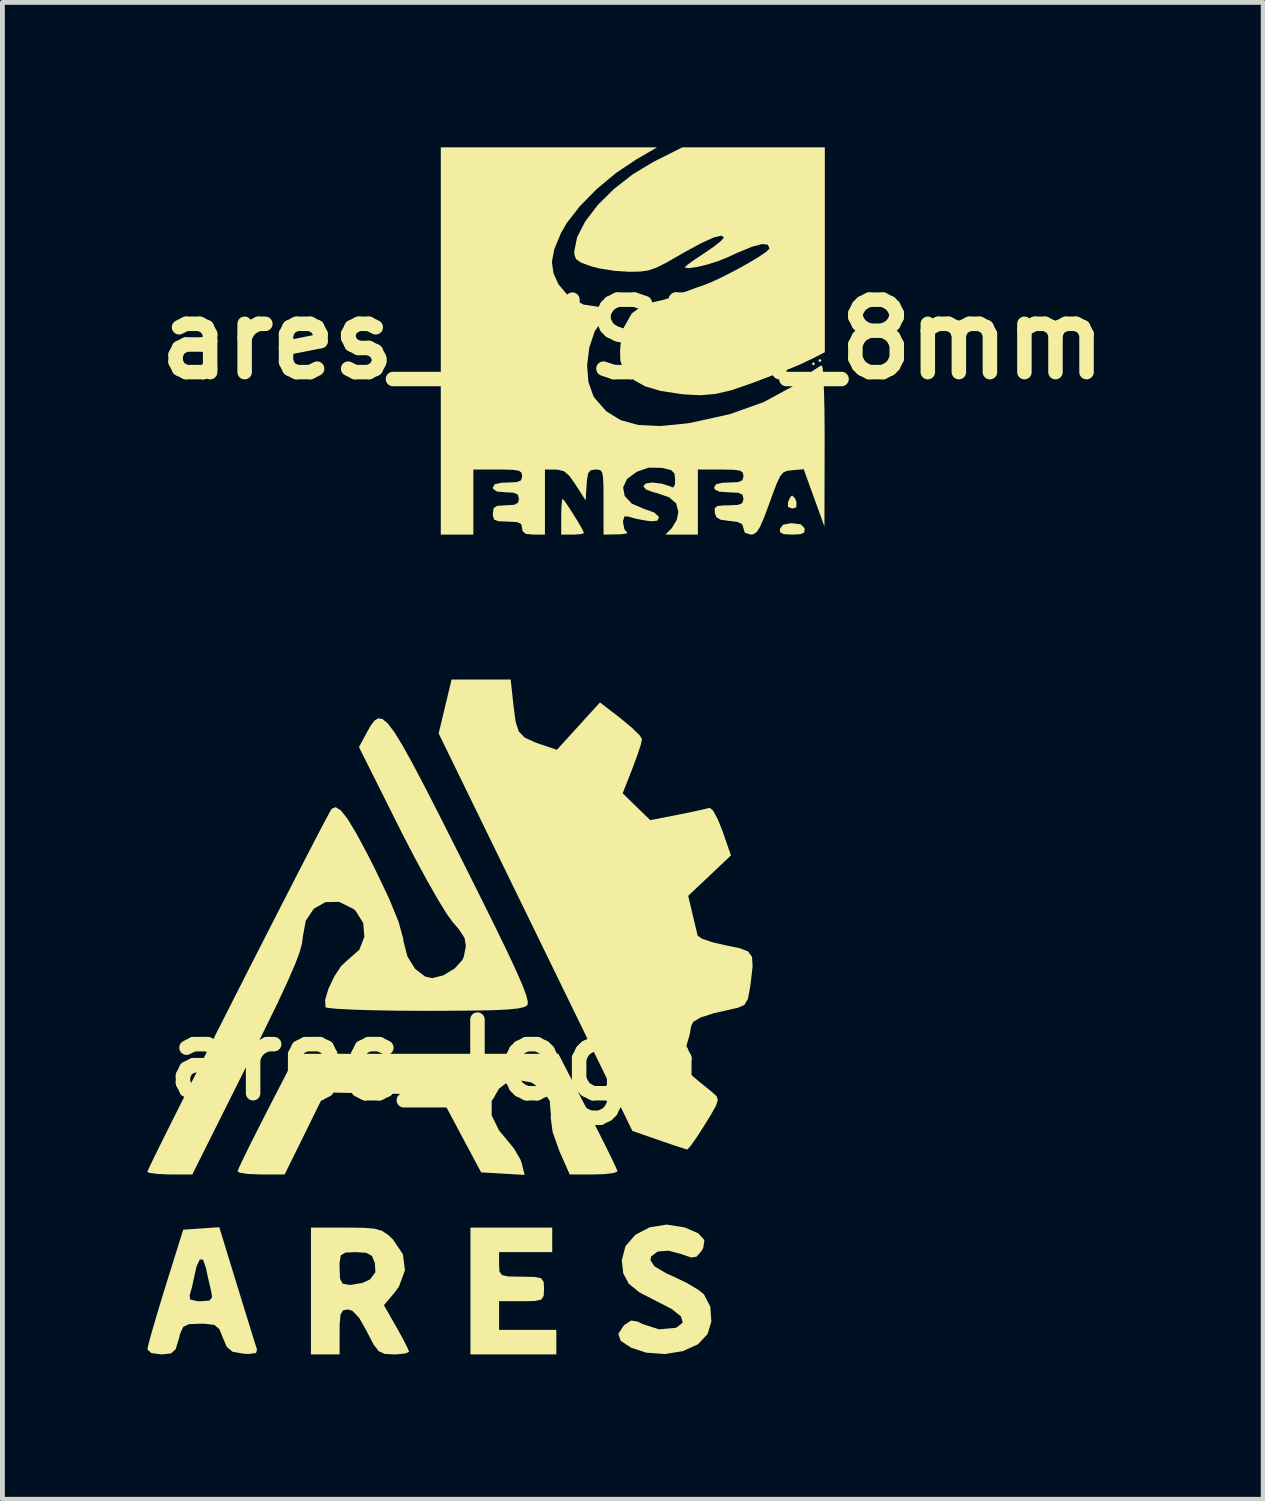
<source format=kicad_pcb>
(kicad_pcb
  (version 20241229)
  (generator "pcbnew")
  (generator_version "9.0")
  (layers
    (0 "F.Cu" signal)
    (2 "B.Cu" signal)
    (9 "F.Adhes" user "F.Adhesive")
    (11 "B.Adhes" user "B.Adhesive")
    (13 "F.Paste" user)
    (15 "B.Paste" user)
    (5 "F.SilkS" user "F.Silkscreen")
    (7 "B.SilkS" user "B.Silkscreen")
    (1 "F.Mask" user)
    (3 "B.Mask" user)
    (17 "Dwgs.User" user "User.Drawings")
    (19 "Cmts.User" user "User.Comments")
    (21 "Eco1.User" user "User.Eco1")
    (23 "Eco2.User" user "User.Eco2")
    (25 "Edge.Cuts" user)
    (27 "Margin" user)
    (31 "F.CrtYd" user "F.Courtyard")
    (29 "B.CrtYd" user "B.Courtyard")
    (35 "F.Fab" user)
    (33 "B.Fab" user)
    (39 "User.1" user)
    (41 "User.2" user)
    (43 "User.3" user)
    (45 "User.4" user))
  (footprint "ares_logo"
    (layer "F.Cu")
    (at 5.927 18.892)
    (property "Reference" "ares_logo" (at 0 0 0) (layer "F.SilkS") (effects (font (size 1.524 1.524) (thickness 0.3))))
    (attr board_only exclude_from_pos_files exclude_from_bom)
    (fp_poly (pts (xy 2.455 3.979) (xy 1.355 3.979) (xy 1.355 4.233) (xy 1.362 4.379) (xy 1.414 4.454) (xy 1.55 4.483) (xy 1.813 4.487) (xy 1.82 4.487) (xy 2.087 4.492) (xy 2.225 4.52) (xy 2.278 4.594) (xy 2.286 4.737) (xy 2.286 4.741) (xy 2.278 4.887) (xy 2.227 4.962) (xy 2.091 4.991) (xy 1.827 4.995) (xy 1.355 4.995) (xy 1.355 5.588) (xy 2.54 5.588) (xy 2.54 6.096) (xy 0.762 6.096) (xy 0.762 3.471) (xy 2.455 3.471)) (stroke (width 0) (type solid)) (fill yes) (layer "F.SilkS"))
    (fp_poly (pts (xy 3.193 1.058) (xy 3.401 1.467) (xy 3.58 1.823) (xy 3.715 2.1) (xy 3.793 2.269) (xy 3.806 2.307) (xy 3.732 2.341) (xy 3.534 2.364) (xy 3.314 2.371) (xy 2.817 2.371) (xy 2.602 1.884) (xy 2.463 1.492) (xy 2.423 1.189) (xy 2.428 1.142) (xy 2.403 0.85) (xy 2.254 0.618) (xy 2.024 0.467) (xy 1.754 0.418) (xy 1.485 0.493) (xy 1.355 0.593) (xy 1.201 0.852) (xy 1.202 1.149) (xy 1.355 1.462) (xy 1.476 1.605) (xy 1.663 1.834) (xy 1.797 2.063) (xy 1.825 2.143) (xy 1.883 2.38) (xy 1.433 2.354) (xy 0.983 2.328) (xy 0.554 1.524) (xy 0.126 0.72) (xy -1.061 0.696) (xy -2.248 0.673) (xy -2.666 1.522) (xy -3.084 2.371) (xy -3.574 2.371) (xy -3.836 2.361) (xy -4.012 2.335) (xy -4.06 2.307) (xy -4.022 2.214) (xy -3.919 1.997) (xy -3.765 1.685) (xy -3.572 1.304) (xy -3.447 1.058) (xy -2.836 -0.127) (xy 2.582 -0.127)) (stroke (width 0) (type solid)) (fill yes) (layer "F.SilkS"))
    (fp_poly (pts (xy 5.195 3.467) (xy 5.479 3.59) (xy 5.605 3.727) (xy 5.582 3.892) (xy 5.542 3.959) (xy 5.443 4.073) (xy 5.333 4.091) (xy 5.141 4.024) (xy 5.134 4.021) (xy 4.86 3.949) (xy 4.637 3.967) (xy 4.505 4.066) (xy 4.487 4.143) (xy 4.57 4.272) (xy 4.817 4.419) (xy 4.96 4.483) (xy 5.246 4.619) (xy 5.487 4.764) (xy 5.595 4.853) (xy 5.727 5.105) (xy 5.749 5.415) (xy 5.67 5.677) (xy 5.469 5.889) (xy 5.158 6.029) (xy 4.785 6.089) (xy 4.398 6.06) (xy 4.085 5.956) (xy 3.872 5.815) (xy 3.823 5.67) (xy 3.932 5.505) (xy 3.958 5.481) (xy 4.089 5.395) (xy 4.227 5.418) (xy 4.318 5.465) (xy 4.664 5.577) (xy 5.003 5.547) (xy 5.031 5.537) (xy 5.157 5.439) (xy 5.121 5.311) (xy 4.928 5.156) (xy 4.621 4.998) (xy 4.26 4.813) (xy 4.038 4.631) (xy 3.925 4.418) (xy 3.895 4.15) (xy 3.971 3.855) (xy 4.175 3.62) (xy 4.472 3.465) (xy 4.826 3.409)) (stroke (width 0) (type solid)) (fill yes) (layer "F.SilkS"))
    (fp_poly (pts (xy -1.457 3.475) (xy -1.223 3.493) (xy -1.067 3.539) (xy -0.942 3.622) (xy -0.84 3.719) (xy -0.635 4.025) (xy -0.594 4.355) (xy -0.717 4.69) (xy -0.811 4.819) (xy -1.029 5.078) (xy -0.769 5.534) (xy -0.632 5.781) (xy -0.538 5.967) (xy -0.508 6.043) (xy -0.583 6.077) (xy -0.769 6.095) (xy -0.829 6.096) (xy -1.012 6.086) (xy -1.135 6.031) (xy -1.241 5.895) (xy -1.372 5.643) (xy -1.378 5.63) (xy -1.541 5.341) (xy -1.681 5.194) (xy -1.777 5.165) (xy -1.875 5.185) (xy -1.927 5.271) (xy -1.945 5.465) (xy -1.947 5.63) (xy -1.947 6.096) (xy -2.54 6.096) (xy -2.54 4.318) (xy -1.947 4.318) (xy -1.937 4.535) (xy -1.883 4.632) (xy -1.751 4.656) (xy -1.71 4.657) (xy -1.473 4.616) (xy -1.316 4.543) (xy -1.206 4.396) (xy -1.217 4.204) (xy -1.277 4.057) (xy -1.394 3.993) (xy -1.61 3.979) (xy -1.826 3.988) (xy -1.922 4.045) (xy -1.947 4.2) (xy -1.947 4.318) (xy -2.54 4.318) (xy -2.54 3.471) (xy -1.814 3.471)) (stroke (width 0) (type solid)) (fill yes) (layer "F.SilkS"))
    (fp_poly (pts (xy -4.066 4.674) (xy -3.933 5.107) (xy -3.815 5.487) (xy -3.724 5.783) (xy -3.667 5.962) (xy -3.656 5.996) (xy -3.677 6.068) (xy -3.827 6.087) (xy -3.94 6.081) (xy -4.162 6.042) (xy -4.284 5.939) (xy -4.361 5.757) (xy -4.437 5.572) (xy -4.539 5.486) (xy -4.728 5.462) (xy -4.83 5.461) (xy -5.063 5.47) (xy -5.183 5.525) (xy -5.248 5.666) (xy -5.276 5.779) (xy -5.34 5.987) (xy -5.437 6.076) (xy -5.623 6.096) (xy -5.639 6.096) (xy -5.846 6.068) (xy -5.926 5.993) (xy -5.926 5.99) (xy -5.901 5.875) (xy -5.834 5.63) (xy -5.734 5.288) (xy -5.61 4.878) (xy -5.609 4.874) (xy -5.052 4.874) (xy -5.039 4.961) (xy -4.892 4.994) (xy -4.826 4.995) (xy -4.642 4.982) (xy -4.586 4.914) (xy -4.609 4.774) (xy -4.67 4.513) (xy -4.713 4.309) (xy -4.772 4.137) (xy -4.84 4.129) (xy -4.909 4.278) (xy -4.948 4.45) (xy -4.999 4.687) (xy -5.047 4.863) (xy -5.052 4.874) (xy -5.609 4.874) (xy -5.555 4.699) (xy -5.184 3.514) (xy -4.811 3.489) (xy -4.438 3.463)) (stroke (width 0) (type solid)) (fill yes) (layer "F.SilkS"))
    (fp_poly (pts (xy 1.654 -7.326) (xy 1.697 -7.002) (xy 1.763 -6.799) (xy 1.885 -6.673) (xy 2.097 -6.575) (xy 2.228 -6.529) (xy 2.551 -6.42) (xy 2.997 -6.91) (xy 3.443 -7.401) (xy 3.877 -7.066) (xy 4.101 -6.88) (xy 4.259 -6.726) (xy 4.314 -6.641) (xy 4.287 -6.521) (xy 4.212 -6.294) (xy 4.116 -6.035) (xy 3.913 -5.519) (xy 4.199 -5.241) (xy 4.485 -4.964) (xy 5.058 -5.076) (xy 5.358 -5.137) (xy 5.594 -5.189) (xy 5.715 -5.22) (xy 5.784 -5.163) (xy 5.881 -4.984) (xy 5.978 -4.743) (xy 6.155 -4.234) (xy 5.713 -3.815) (xy 5.27 -3.397) (xy 5.356 -3.032) (xy 5.414 -2.787) (xy 5.457 -2.607) (xy 5.466 -2.572) (xy 5.555 -2.509) (xy 5.766 -2.437) (xy 6.047 -2.372) (xy 6.334 -2.314) (xy 6.508 -2.246) (xy 6.591 -2.133) (xy 6.603 -1.937) (xy 6.567 -1.62) (xy 6.551 -1.502) (xy 6.506 -1.261) (xy 6.432 -1.137) (xy 6.292 -1.077) (xy 6.238 -1.066) (xy 5.808 -0.969) (xy 5.527 -0.879) (xy 5.374 -0.788) (xy 5.33 -0.695) (xy 5.3 -0.525) (xy 5.231 -0.284) (xy 5.21 -0.222) (xy 5.156 -0.069) (xy 5.139 0.044) (xy 5.177 0.148) (xy 5.29 0.273) (xy 5.497 0.449) (xy 5.767 0.668) (xy 5.854 0.746) (xy 5.884 0.825) (xy 5.848 0.943) (xy 5.738 1.139) (xy 5.617 1.335) (xy 5.454 1.59) (xy 5.324 1.774) (xy 5.253 1.854) (xy 5.249 1.855) (xy 5.154 1.826) (xy 4.944 1.757) (xy 4.664 1.661) (xy 4.661 1.66) (xy 4.114 1.47) (xy 2.109 -2.645) (xy 0.104 -6.759) (xy 0.371 -7.874) (xy 1.595 -7.874)) (stroke (width 0) (type solid)) (fill yes) (layer "F.SilkS"))
    (fp_poly (pts (xy -1.057 -7.056) (xy -0.949 -6.965) (xy -0.814 -6.787) (xy -0.645 -6.512) (xy -0.433 -6.13) (xy -0.17 -5.629) (xy 0.152 -4.999) (xy 0.54 -4.229) (xy 0.575 -4.161) (xy 0.961 -3.389) (xy 1.275 -2.755) (xy 1.522 -2.246) (xy 1.707 -1.85) (xy 1.836 -1.554) (xy 1.915 -1.345) (xy 1.949 -1.212) (xy 1.945 -1.141) (xy 1.94 -1.134) (xy 1.877 -1.095) (xy 1.749 -1.066) (xy 1.537 -1.044) (xy 1.221 -1.029) (xy 0.784 -1.021) (xy 0.206 -1.017) (xy -0.175 -1.016) (xy -0.742 -1.019) (xy -1.252 -1.028) (xy -1.679 -1.041) (xy -2.001 -1.058) (xy -2.194 -1.077) (xy -2.238 -1.092) (xy -2.247 -1.241) (xy -2.179 -1.47) (xy -2.06 -1.722) (xy -1.915 -1.943) (xy -1.771 -2.078) (xy -1.767 -2.08) (xy -1.539 -2.28) (xy -1.434 -2.549) (xy -1.458 -2.834) (xy -1.615 -3.086) (xy -1.662 -3.127) (xy -1.956 -3.271) (xy -2.239 -3.267) (xy -2.481 -3.13) (xy -2.648 -2.88) (xy -2.709 -2.543) (xy -2.725 -2.409) (xy -2.776 -2.226) (xy -2.87 -1.976) (xy -3.014 -1.644) (xy -3.214 -1.213) (xy -3.48 -0.666) (xy -3.816 0.012) (xy -3.853 0.085) (xy -4.996 2.371) (xy -5.461 2.371) (xy -5.716 2.361) (xy -5.885 2.338) (xy -5.927 2.315) (xy -5.889 2.229) (xy -5.784 2.01) (xy -5.619 1.676) (xy -5.404 1.244) (xy -5.147 0.732) (xy -4.858 0.158) (xy -4.546 -0.46) (xy -4.219 -1.105) (xy -3.887 -1.76) (xy -3.558 -2.405) (xy -3.242 -3.025) (xy -2.947 -3.6) (xy -2.683 -4.114) (xy -2.458 -4.549) (xy -2.282 -4.886) (xy -2.163 -5.109) (xy -2.11 -5.199) (xy -2.11 -5.199) (xy -2.029 -5.233) (xy -1.923 -5.168) (xy -1.784 -4.993) (xy -1.603 -4.694) (xy -1.37 -4.26) (xy -1.21 -3.943) (xy -0.919 -3.333) (xy -0.726 -2.859) (xy -0.632 -2.52) (xy -0.624 -2.457) (xy -0.543 -2.142) (xy -0.382 -1.883) (xy -0.172 -1.724) (xy -0.033 -1.693) (xy 0.201 -1.751) (xy 0.434 -1.892) (xy 0.596 -2.07) (xy 0.623 -2.134) (xy 0.667 -2.354) (xy 0.641 -2.521) (xy 0.526 -2.701) (xy 0.391 -2.857) (xy 0.268 -3.028) (xy 0.087 -3.323) (xy -0.136 -3.715) (xy -0.386 -4.176) (xy -0.646 -4.677) (xy -0.72 -4.825) (xy -1.546 -6.476) (xy -1.386 -6.773) (xy -1.304 -6.919) (xy -1.227 -7.023) (xy -1.147 -7.072)) (stroke (width 0) (type solid)) (fill yes) (layer "F.SilkS")))
  (footprint "ares_ENSEA_8mm"
    (layer "F.Cu")
    (at 10.05 3.975)
    (property "Reference" "ares_ENSEA_8mm" (at 0 0 0) (layer "F.SilkS") (effects (font (size 1.5 1.5) (thickness 0.3))))
    (attr board_only exclude_from_pos_files exclude_from_bom)
    (fp_poly (pts (xy 3.773 0.505) (xy 3.739 0.539) (xy 3.706 0.505) (xy 3.739 0.472)) (stroke (width 0) (type solid)) (fill yes) (layer "F.SilkS"))
    (fp_poly (pts (xy 3.908 0.438) (xy 3.874 0.472) (xy 3.84 0.438) (xy 3.874 0.404)) (stroke (width 0) (type solid)) (fill yes) (layer "F.SilkS"))
    (fp_poly (pts (xy 3.358 3.29) (xy 3.388 3.369) (xy 3.385 3.477) (xy 3.301 3.503) (xy 3.212 3.468) (xy 3.214 3.369) (xy 3.264 3.26) (xy 3.301 3.234)) (stroke (width 0) (type solid)) (fill yes) (layer "F.SilkS"))
    (fp_poly (pts (xy 3.478 3.83) (xy 3.554 3.908) (xy 3.558 3.925) (xy 3.549 4) (xy 3.463 4.035) (xy 3.301 4.042) (xy 3.123 4.033) (xy 3.049 3.993) (xy 3.045 3.925) (xy 3.108 3.838) (xy 3.268 3.807) (xy 3.301 3.807)) (stroke (width 0) (type solid)) (fill yes) (layer "F.SilkS"))
    (fp_poly (pts (xy -1.408 3.353) (xy -1.319 3.483) (xy -1.211 3.653) (xy -1.107 3.823) (xy -1.033 3.956) (xy -1.011 4.01) (xy -1.07 4.031) (xy -1.216 4.042) (xy -1.246 4.042) (xy -1.482 4.042) (xy -1.482 3.672) (xy -1.478 3.469) (xy -1.466 3.334) (xy -1.454 3.301)) (stroke (width 0) (type solid)) (fill yes) (layer "F.SilkS"))
    (fp_poly (pts (xy 3.975 -1.854) (xy 3.975 0.267) (xy 3.712 0.401) (xy 3.472 0.515) (xy 3.224 0.619) (xy 3.19 0.632) (xy 2.993 0.707) (xy 2.728 0.807) (xy 2.459 0.909) (xy 2.053 1.05) (xy 1.715 1.13) (xy 1.398 1.157) (xy 1.054 1.139) (xy 1.011 1.134) (xy 0.577 1.068) (xy 0.254 0.972) (xy 0.018 0.841) (xy -0.112 0.715) (xy -0.212 0.577) (xy -0.258 0.438) (xy -0.263 0.243) (xy -0.256 0.128) (xy -0.182 -0.253) (xy -0.023 -0.535) (xy 0.217 -0.712) (xy 0.413 -0.768) (xy 0.651 -0.822) (xy 0.872 -0.895) (xy 0.905 -0.91) (xy 1.095 -0.988) (xy 1.338 -1.078) (xy 1.449 -1.115) (xy 1.636 -1.189) (xy 1.874 -1.301) (xy 2.134 -1.435) (xy 2.387 -1.575) (xy 2.607 -1.706) (xy 2.763 -1.813) (xy 2.829 -1.878) (xy 2.83 -1.882) (xy 2.793 -1.96) (xy 2.678 -1.973) (xy 2.474 -1.919) (xy 2.171 -1.795) (xy 1.975 -1.704) (xy 1.773 -1.622) (xy 1.547 -1.55) (xy 1.333 -1.498) (xy 1.166 -1.474) (xy 1.082 -1.485) (xy 1.078 -1.494) (xy 1.13 -1.542) (xy 1.268 -1.642) (xy 1.462 -1.772) (xy 1.482 -1.785) (xy 1.681 -1.922) (xy 1.825 -2.037) (xy 1.886 -2.106) (xy 1.886 -2.109) (xy 1.833 -2.148) (xy 1.676 -2.109) (xy 1.418 -1.992) (xy 1.065 -1.801) (xy 0.962 -1.741) (xy 0.684 -1.582) (xy 0.483 -1.482) (xy 0.317 -1.426) (xy 0.149 -1.403) (xy -0.061 -1.399) (xy -0.082 -1.399) (xy -0.382 -1.419) (xy -0.688 -1.467) (xy -0.873 -1.515) (xy -1.074 -1.59) (xy -1.175 -1.661) (xy -1.21 -1.757) (xy -1.213 -1.816) (xy -1.153 -2.114) (xy -0.985 -2.441) (xy -0.725 -2.781) (xy -0.391 -3.112) (xy 0.001 -3.418) (xy 0.433 -3.678) (xy 0.478 -3.7) (xy 1.026 -3.975) (xy 2.501 -3.975) (xy 3.975 -3.975)) (stroke (width 0) (type solid)) (fill yes) (layer "F.SilkS"))
    (fp_poly (pts (xy 0.069 -3.722) (xy -0.348 -3.444) (xy -0.745 -3.113) (xy -1.094 -2.758) (xy -1.367 -2.408) (xy -1.492 -2.19) (xy -1.626 -1.863) (xy -1.675 -1.602) (xy -1.641 -1.366) (xy -1.539 -1.14) (xy -1.319 -0.879) (xy -1.02 -0.72) (xy -0.714 -0.674) (xy -0.537 -0.662) (xy -0.483 -0.613) (xy -0.544 -0.508) (xy -0.619 -0.425) (xy -0.791 -0.161) (xy -0.901 0.173) (xy -0.946 0.535) (xy -0.919 0.882) (xy -0.818 1.171) (xy -0.792 1.213) (xy -0.552 1.486) (xy -0.256 1.671) (xy 0.112 1.773) (xy 0.563 1.795) (xy 1.112 1.741) (xy 1.212 1.725) (xy 2.014 1.547) (xy 2.709 1.299) (xy 3.293 0.982) (xy 3.565 0.78) (xy 3.734 0.647) (xy 3.865 0.56) (xy 3.914 0.539) (xy 3.932 0.604) (xy 3.946 0.787) (xy 3.958 1.074) (xy 3.967 1.448) (xy 3.971 1.893) (xy 3.971 2.206) (xy 3.967 3.874) (xy 3.752 3.281) (xy 3.538 2.689) (xy 3.302 2.709) (xy 3.195 2.722) (xy 3.116 2.756) (xy 3.05 2.835) (xy 2.98 2.982) (xy 2.89 3.219) (xy 2.83 3.386) (xy 2.719 3.685) (xy 2.635 3.879) (xy 2.566 3.988) (xy 2.498 4.035) (xy 2.442 4.042) (xy 2.319 4.003) (xy 2.291 3.912) (xy 2.264 3.825) (xy 2.163 3.779) (xy 2.004 3.76) (xy 1.817 3.734) (xy 1.727 3.679) (xy 1.697 3.588) (xy 1.696 3.495) (xy 1.753 3.45) (xy 1.898 3.437) (xy 1.983 3.436) (xy 2.174 3.428) (xy 2.265 3.392) (xy 2.29 3.314) (xy 2.291 3.301) (xy 2.271 3.217) (xy 2.189 3.177) (xy 2.009 3.167) (xy 1.988 3.167) (xy 1.788 3.153) (xy 1.697 3.108) (xy 1.684 3.066) (xy 1.724 2.999) (xy 1.859 2.969) (xy 1.988 2.964) (xy 2.177 2.956) (xy 2.267 2.919) (xy 2.291 2.839) (xy 2.291 2.83) (xy 2.278 2.759) (xy 2.221 2.718) (xy 2.09 2.7) (xy 1.857 2.695) (xy 1.819 2.695) (xy 1.347 2.695) (xy 1.347 3.369) (xy 1.347 4.042) (xy 1.011 4.042) (xy 0.674 4.042) (xy 0.808 3.908) (xy 0.909 3.74) (xy 0.943 3.573) (xy 0.897 3.396) (xy 0.75 3.269) (xy 0.487 3.179) (xy 0.443 3.17) (xy 0.277 3.111) (xy 0.218 3.04) (xy 0.27 2.983) (xy 0.403 2.964) (xy 0.599 2.987) (xy 0.746 3.034) (xy 0.837 3.067) (xy 0.872 3.009) (xy 0.876 2.905) (xy 0.861 2.775) (xy 0.792 2.706) (xy 0.631 2.666) (xy 0.607 2.661) (xy 0.331 2.656) (xy 0.085 2.74) (xy -0.119 2.89) (xy -0.201 3.066) (xy -0.168 3.243) (xy -0.023 3.399) (xy 0.229 3.509) (xy 0.238 3.511) (xy 0.444 3.585) (xy 0.536 3.67) (xy 0.539 3.689) (xy 0.508 3.753) (xy 0.395 3.767) (xy 0.286 3.755) (xy 0.086 3.718) (xy -0.071 3.676) (xy -0.084 3.671) (xy -0.172 3.663) (xy -0.201 3.754) (xy -0.202 3.794) (xy -0.172 3.935) (xy -0.118 3.998) (xy -0.124 4.019) (xy -0.238 4.034) (xy -0.32 4.037) (xy -0.606 4.042) (xy -0.606 3.369) (xy -0.607 3.063) (xy -0.615 2.867) (xy -0.634 2.757) (xy -0.672 2.708) (xy -0.734 2.695) (xy -0.771 2.695) (xy -0.872 2.709) (xy -0.925 2.774) (xy -0.95 2.925) (xy -0.956 3.015) (xy -0.977 3.335) (xy -1.179 3.017) (xy -1.311 2.829) (xy -1.421 2.732) (xy -1.548 2.699) (xy -1.6 2.697) (xy -1.819 2.695) (xy -1.819 3.369) (xy -1.819 4.042) (xy -2.055 4.042) (xy -2.217 4.027) (xy -2.283 3.969) (xy -2.291 3.908) (xy -2.311 3.823) (xy -2.393 3.784) (xy -2.572 3.773) (xy -2.594 3.773) (xy -2.781 3.766) (xy -2.87 3.732) (xy -2.896 3.65) (xy -2.897 3.605) (xy -2.882 3.496) (xy -2.813 3.448) (xy -2.651 3.436) (xy -2.628 3.436) (xy -2.451 3.425) (xy -2.373 3.379) (xy -2.358 3.301) (xy -2.381 3.213) (xy -2.472 3.174) (xy -2.628 3.167) (xy -2.815 3.15) (xy -2.892 3.095) (xy -2.897 3.066) (xy -2.857 2.999) (xy -2.722 2.969) (xy -2.594 2.964) (xy -2.404 2.956) (xy -2.315 2.919) (xy -2.291 2.839) (xy -2.291 2.83) (xy -2.303 2.761) (xy -2.357 2.72) (xy -2.482 2.701) (xy -2.705 2.695) (xy -2.796 2.695) (xy -3.301 2.695) (xy -3.301 3.369) (xy -3.301 4.042) (xy -3.638 4.042) (xy -3.975 4.042) (xy -3.975 0.034) (xy -3.975 -3.975) (xy -1.736 -3.975) (xy 0.502 -3.975)) (stroke (width 0) (type solid)) (fill yes) (layer "F.SilkS")))
  (gr_rect
    (start -3 -3)
    (end 23.1 27.988)
    (stroke (width 0.1) (type default))
    (fill no)
    (layer "Edge.Cuts")))
</source>
